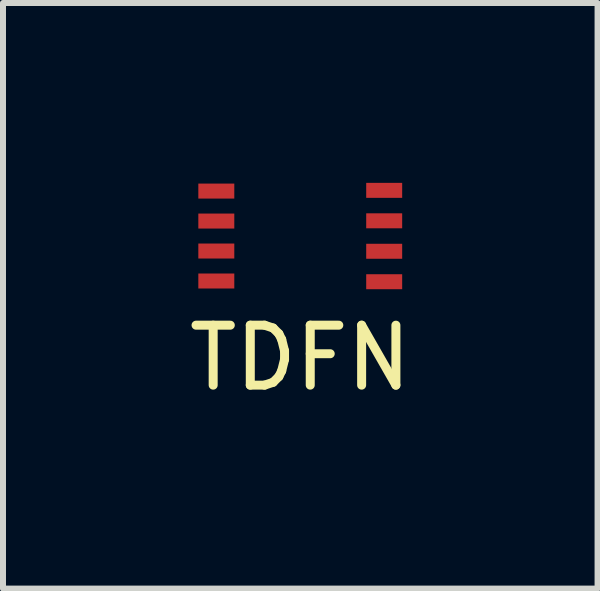
<source format=kicad_pcb>
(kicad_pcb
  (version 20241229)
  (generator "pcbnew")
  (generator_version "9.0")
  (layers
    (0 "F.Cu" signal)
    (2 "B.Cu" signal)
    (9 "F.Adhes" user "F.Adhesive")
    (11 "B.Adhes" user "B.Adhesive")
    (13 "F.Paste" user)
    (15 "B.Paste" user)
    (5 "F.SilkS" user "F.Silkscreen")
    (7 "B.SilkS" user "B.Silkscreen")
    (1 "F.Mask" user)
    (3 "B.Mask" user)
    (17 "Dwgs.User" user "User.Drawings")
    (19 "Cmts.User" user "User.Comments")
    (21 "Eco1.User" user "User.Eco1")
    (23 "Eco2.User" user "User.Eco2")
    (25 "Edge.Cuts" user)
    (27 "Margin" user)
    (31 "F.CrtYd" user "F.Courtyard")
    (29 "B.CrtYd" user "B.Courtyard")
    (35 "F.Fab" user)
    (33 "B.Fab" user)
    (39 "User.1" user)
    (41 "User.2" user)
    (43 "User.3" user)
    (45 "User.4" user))
  (footprint "TDFN"
    (layer "F.Cu")
    (at 1.958 0.887)
    (property "Reference" "TDFN" (at 0 2.032 0) (layer "F.SilkS") (effects (font (size 1 1) (thickness 0.15))))
    (attr through_hole)
    (pad "1" smd rect (at -1.4 -0.75 90) (size 0.25 0.6) (layers "F.Cu" "F.Mask" "F.Paste"))
    (pad "2" smd rect (at -1.4 -0.25 90) (size 0.25 0.6) (layers "F.Cu" "F.Mask" "F.Paste"))
    (pad "3" smd rect (at -1.4 0.25 90) (size 0.25 0.6) (layers "F.Cu" "F.Mask" "F.Paste"))
    (pad "4" smd rect (at -1.4 0.75 90) (size 0.25 0.6) (layers "F.Cu" "F.Mask" "F.Paste"))
    (pad "5" smd rect (at 1.4 -0.762 90) (size 0.25 0.6) (layers "F.Cu" "F.Mask" "F.Paste"))
    (pad "6" smd rect (at 1.4 -0.254 90) (size 0.25 0.6) (layers "F.Cu" "F.Mask" "F.Paste"))
    (pad "7" smd rect (at 1.4 0.254 90) (size 0.25 0.6) (layers "F.Cu" "F.Mask" "F.Paste"))
    (pad "8" smd rect (at 1.4 0.762 90) (size 0.25 0.6) (layers "F.Cu" "F.Mask" "F.Paste")))
  (gr_rect
    (start -3 -3)
    (end 6.917 6.767)
    (stroke (width 0.1) (type default))
    (fill no)
    (layer "Edge.Cuts")))
</source>
